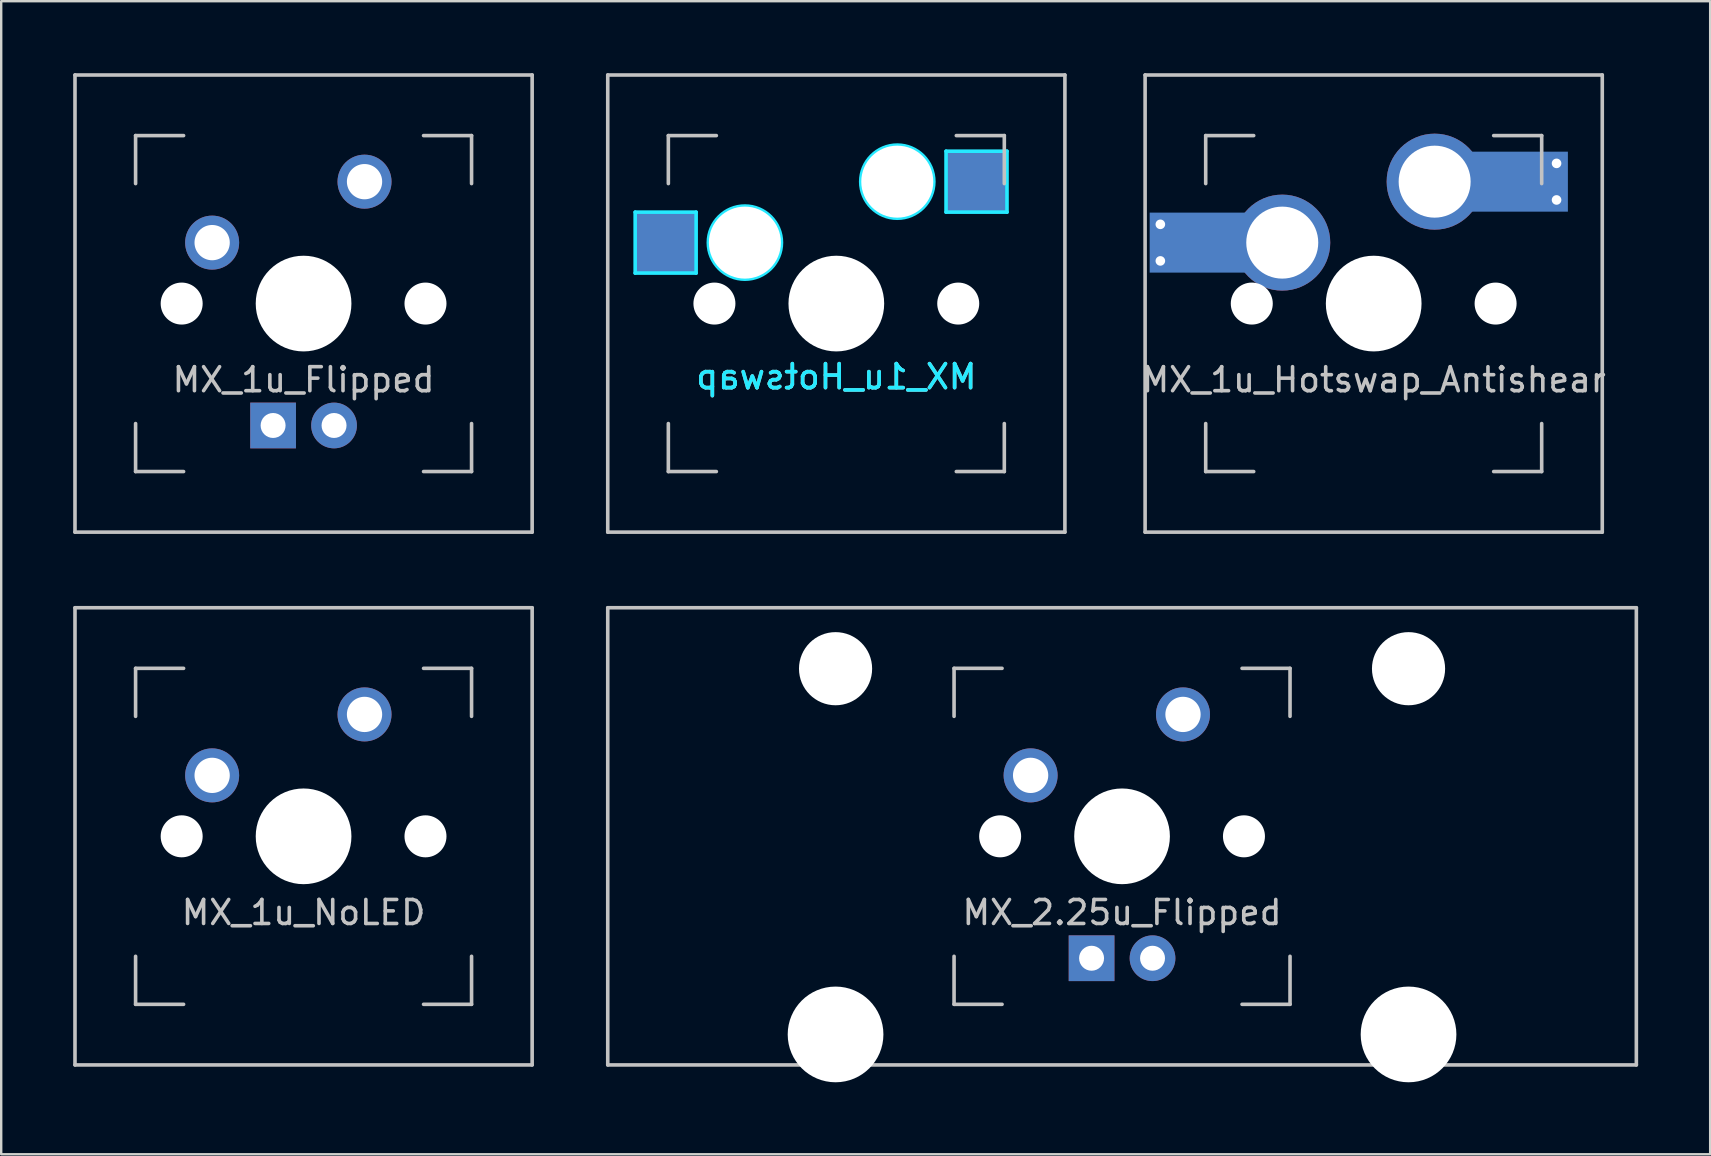
<source format=kicad_pcb>
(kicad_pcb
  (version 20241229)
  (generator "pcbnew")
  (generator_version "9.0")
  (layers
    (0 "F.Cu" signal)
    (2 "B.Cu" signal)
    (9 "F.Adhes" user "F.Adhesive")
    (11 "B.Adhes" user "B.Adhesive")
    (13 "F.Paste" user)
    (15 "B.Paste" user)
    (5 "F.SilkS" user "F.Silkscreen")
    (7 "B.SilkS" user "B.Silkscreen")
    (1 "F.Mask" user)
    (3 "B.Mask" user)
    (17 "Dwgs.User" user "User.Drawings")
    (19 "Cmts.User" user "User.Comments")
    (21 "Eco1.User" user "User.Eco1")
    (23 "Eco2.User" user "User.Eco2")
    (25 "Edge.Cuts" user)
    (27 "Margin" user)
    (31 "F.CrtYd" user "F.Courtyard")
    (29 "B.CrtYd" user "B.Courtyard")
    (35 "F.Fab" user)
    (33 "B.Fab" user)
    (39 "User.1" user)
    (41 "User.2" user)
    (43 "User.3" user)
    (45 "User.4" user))
  (footprint "MX_1u_NoLED"
    (layer "F.Cu")
    (at 9.6 31.8)
    (property "Reference" "MX_1u_NoLED" (at 0 3.175 0) (layer "Dwgs.User") (effects (font (size 1 1) (thickness 0.15))))
    (attr through_hole)
    (fp_line (start -9.525 -9.525) (end 9.525 -9.525) (stroke (width 0.15) (type solid)) (layer "Dwgs.User"))
    (fp_line (start -9.525 9.525) (end -9.525 -9.525) (stroke (width 0.15) (type solid)) (layer "Dwgs.User"))
    (fp_line (start -7 -7) (end -7 -5) (stroke (width 0.15) (type solid)) (layer "Dwgs.User"))
    (fp_line (start -7 5) (end -7 7) (stroke (width 0.15) (type solid)) (layer "Dwgs.User"))
    (fp_line (start -7 7) (end -5 7) (stroke (width 0.15) (type solid)) (layer "Dwgs.User"))
    (fp_line (start -5 -7) (end -7 -7) (stroke (width 0.15) (type solid)) (layer "Dwgs.User"))
    (fp_line (start 5 -7) (end 7 -7) (stroke (width 0.15) (type solid)) (layer "Dwgs.User"))
    (fp_line (start 5 7) (end 7 7) (stroke (width 0.15) (type solid)) (layer "Dwgs.User"))
    (fp_line (start 7 -7) (end 7 -5) (stroke (width 0.15) (type solid)) (layer "Dwgs.User"))
    (fp_line (start 7 7) (end 7 5) (stroke (width 0.15) (type solid)) (layer "Dwgs.User"))
    (fp_line (start 9.525 -9.525) (end 9.525 9.525) (stroke (width 0.15) (type solid)) (layer "Dwgs.User"))
    (fp_line (start 9.525 9.525) (end -9.525 9.525) (stroke (width 0.15) (type solid)) (layer "Dwgs.User"))
    (pad "" np_thru_hole circle (at -5.08 0 48.1) (size 1.75 1.75) (drill 1.75) (layers "*.Cu" "*.Mask"))
    (pad "" np_thru_hole circle (at 0 0) (size 3.988 3.988) (drill 3.988) (layers "*.Cu" "*.Mask"))
    (pad "" np_thru_hole circle (at 5.08 0 48.1) (size 1.75 1.75) (drill 1.75) (layers "*.Cu" "*.Mask"))
    (pad "1" thru_hole circle (at -3.81 -2.54) (size 2.25 2.25) (drill 1.47) (layers "*.Cu" "B.Mask"))
    (pad "2" thru_hole circle (at 2.54 -5.08) (size 2.25 2.25) (drill 1.47) (layers "*.Cu" "B.Mask")))
  (footprint "MX_1u_Hotswap"
    (layer "F.Cu")
    (at 31.8 9.6)
    (property "Reference" "MX_1u_Hotswap" (at 0 3.048 0) (layer "B.CrtYd") (effects (font (size 1 1) (thickness 0.15)) (justify mirror)))
    (attr smd)
    (fp_line (start -9.525 -9.525) (end 9.525 -9.525) (stroke (width 0.15) (type solid)) (layer "Dwgs.User"))
    (fp_line (start -9.525 9.525) (end -9.525 -9.525) (stroke (width 0.15) (type solid)) (layer "Dwgs.User"))
    (fp_line (start -7 -7) (end -7 -5) (stroke (width 0.15) (type solid)) (layer "Dwgs.User"))
    (fp_line (start -7 5) (end -7 7) (stroke (width 0.15) (type solid)) (layer "Dwgs.User"))
    (fp_line (start -7 7) (end -5 7) (stroke (width 0.15) (type solid)) (layer "Dwgs.User"))
    (fp_line (start -5 -7) (end -7 -7) (stroke (width 0.15) (type solid)) (layer "Dwgs.User"))
    (fp_line (start 5 -7) (end 7 -7) (stroke (width 0.15) (type solid)) (layer "Dwgs.User"))
    (fp_line (start 5 7) (end 7 7) (stroke (width 0.15) (type solid)) (layer "Dwgs.User"))
    (fp_line (start 7 -7) (end 7 -5) (stroke (width 0.15) (type solid)) (layer "Dwgs.User"))
    (fp_line (start 7 7) (end 7 5) (stroke (width 0.15) (type solid)) (layer "Dwgs.User"))
    (fp_line (start 9.525 -9.525) (end 9.525 9.525) (stroke (width 0.15) (type solid)) (layer "Dwgs.User"))
    (fp_line (start 9.525 9.525) (end -9.525 9.525) (stroke (width 0.15) (type solid)) (layer "Dwgs.User"))
    (fp_line (start -8.382 -3.81) (end -8.382 -1.27) (stroke (width 0.15) (type solid)) (layer "B.CrtYd"))
    (fp_line (start -8.382 -1.27) (end -5.842 -1.27) (stroke (width 0.15) (type solid)) (layer "B.CrtYd"))
    (fp_line (start -5.842 -3.81) (end -8.382 -3.81) (stroke (width 0.15) (type solid)) (layer "B.CrtYd"))
    (fp_line (start -5.842 -1.27) (end -5.842 -3.81) (stroke (width 0.15) (type solid)) (layer "B.CrtYd"))
    (fp_line (start 4.572 -6.35) (end 7.112 -6.35) (stroke (width 0.15) (type solid)) (layer "B.CrtYd"))
    (fp_line (start 4.572 -3.81) (end 4.572 -6.35) (stroke (width 0.15) (type solid)) (layer "B.CrtYd"))
    (fp_line (start 7.112 -6.35) (end 7.112 -3.81) (stroke (width 0.15) (type solid)) (layer "B.CrtYd"))
    (fp_line (start 7.112 -3.81) (end 4.572 -3.81) (stroke (width 0.15) (type solid)) (layer "B.CrtYd"))
    (fp_circle (center -3.81 -2.54) (end -3.81 -4.064) (stroke (width 0.15) (type solid)) (fill no) (layer "B.CrtYd"))
    (fp_circle (center 2.54 -5.08) (end 2.54 -6.604) (stroke (width 0.15) (type solid)) (fill no) (layer "B.CrtYd"))
    (fp_text user "${REFERENCE}" (at 0 3.048 0) (layer "B.SilkS") (effects (font (size 1 1) (thickness 0.15)) (justify mirror)))
    (pad "" np_thru_hole circle (at -5.08 0 48.1) (size 1.75 1.75) (drill 1.75) (layers "*.Cu" "*.Mask"))
    (pad "" np_thru_hole circle (at -3.81 -2.54) (size 3 3) (drill 3) (layers "*.Cu" "*.Mask"))
    (pad "" np_thru_hole circle (at 0 0) (size 3.988 3.988) (drill 3.988) (layers "*.Cu" "*.Mask"))
    (pad "" np_thru_hole circle (at 2.54 -5.08) (size 3 3) (drill 3) (layers "*.Cu" "*.Mask"))
    (pad "" np_thru_hole circle (at 5.08 0 48.1) (size 1.75 1.75) (drill 1.75) (layers "*.Cu" "*.Mask"))
    (pad "1" smd rect (at -7.085 -2.54) (size 2.55 2.5) (layers "B.Cu" "B.Mask" "B.Paste"))
    (pad "2" smd rect (at 5.842 -5.08) (size 2.55 2.5) (layers "B.Cu" "B.Mask" "B.Paste")))
  (footprint "MX_1u_Hotswap_Antishear"
    (layer "F.Cu")
    (at 54.192 9.6)
    (property "Reference" "MX_1u_Hotswap_Antishear" (at 0 3.175 0) (layer "Dwgs.User") (effects (font (size 1 1) (thickness 0.15))))
    (attr through_hole)
    (fp_line (start -9.525 -9.525) (end 9.525 -9.525) (stroke (width 0.15) (type solid)) (layer "Dwgs.User"))
    (fp_line (start -9.525 9.525) (end -9.525 -9.525) (stroke (width 0.15) (type solid)) (layer "Dwgs.User"))
    (fp_line (start -7 -7) (end -7 -5) (stroke (width 0.15) (type solid)) (layer "Dwgs.User"))
    (fp_line (start -7 5) (end -7 7) (stroke (width 0.15) (type solid)) (layer "Dwgs.User"))
    (fp_line (start -7 7) (end -5 7) (stroke (width 0.15) (type solid)) (layer "Dwgs.User"))
    (fp_line (start -5 -7) (end -7 -7) (stroke (width 0.15) (type solid)) (layer "Dwgs.User"))
    (fp_line (start 5 -7) (end 7 -7) (stroke (width 0.15) (type solid)) (layer "Dwgs.User"))
    (fp_line (start 5 7) (end 7 7) (stroke (width 0.15) (type solid)) (layer "Dwgs.User"))
    (fp_line (start 7 -7) (end 7 -5) (stroke (width 0.15) (type solid)) (layer "Dwgs.User"))
    (fp_line (start 7 7) (end 7 5) (stroke (width 0.15) (type solid)) (layer "Dwgs.User"))
    (fp_line (start 9.525 -9.525) (end 9.525 9.525) (stroke (width 0.15) (type solid)) (layer "Dwgs.User"))
    (fp_line (start 9.525 9.525) (end -9.525 9.525) (stroke (width 0.15) (type solid)) (layer "Dwgs.User"))
    (pad "" smd rect (at -7.085 -2.54) (size 2.55 2.5) (layers "B.Mask" "B.Paste"))
    (pad "" np_thru_hole circle (at -5.08 0 48.1) (size 1.75 1.75) (drill 1.75) (layers "*.Cu" "*.Mask"))
    (pad "" np_thru_hole circle (at 0 0) (size 3.988 3.988) (drill 3.988) (layers "*.Cu" "*.Mask"))
    (pad "" np_thru_hole circle (at 5.08 0 48.1) (size 1.75 1.75) (drill 1.75) (layers "*.Cu" "*.Mask"))
    (pad "" smd rect (at 5.815 -5.08) (size 2.55 2.5) (layers "B.Mask" "B.Paste"))
    (pad "1" thru_hole circle (at -8.89 -3.302) (size 0.8 0.8) (drill 0.4) (layers "*.Cu"))
    (pad "1" thru_hole circle (at -8.89 -1.778) (size 0.8 0.8) (drill 0.4) (layers "*.Cu"))
    (pad "1" smd rect (at -7.085 -2.54) (size 4.5 2.5) (layers "B.Cu"))
    (pad "1" thru_hole circle (at -3.81 -2.54) (size 4 4) (drill 3) (layers "*.Cu"))
    (pad "2" thru_hole circle (at 2.54 -5.08) (size 4 4) (drill 3) (layers "*.Cu"))
    (pad "2" smd rect (at 5.842 -5.08) (size 4.5 2.5) (layers "B.Cu"))
    (pad "2" thru_hole circle (at 7.62 -5.842) (size 0.8 0.8) (drill 0.4) (layers "*.Cu"))
    (pad "2" thru_hole circle (at 7.62 -4.318) (size 0.8 0.8) (drill 0.4) (layers "*.Cu")))
  (footprint "MX_2.25u_Flipped"
    (layer "F.Cu")
    (at 43.706 31.8)
    (property "Reference" "MX_2.25u_Flipped" (at 0 3.175 0) (layer "Dwgs.User") (effects (font (size 1 1) (thickness 0.15))))
    (attr through_hole)
    (fp_line (start -21.431 -9.525) (end 21.431 -9.525) (stroke (width 0.15) (type solid)) (layer "Dwgs.User"))
    (fp_line (start -21.431 9.525) (end -21.431 -9.525) (stroke (width 0.15) (type solid)) (layer "Dwgs.User"))
    (fp_line (start -21.431 9.525) (end 21.431 9.525) (stroke (width 0.15) (type solid)) (layer "Dwgs.User"))
    (fp_line (start -7 -7) (end -7 -5) (stroke (width 0.15) (type solid)) (layer "Dwgs.User"))
    (fp_line (start -7 5) (end -7 7) (stroke (width 0.15) (type solid)) (layer "Dwgs.User"))
    (fp_line (start -7 7) (end -5 7) (stroke (width 0.15) (type solid)) (layer "Dwgs.User"))
    (fp_line (start -5 -7) (end -7 -7) (stroke (width 0.15) (type solid)) (layer "Dwgs.User"))
    (fp_line (start 5 -7) (end 7 -7) (stroke (width 0.15) (type solid)) (layer "Dwgs.User"))
    (fp_line (start 5 7) (end 7 7) (stroke (width 0.15) (type solid)) (layer "Dwgs.User"))
    (fp_line (start 7 -7) (end 7 -5) (stroke (width 0.15) (type solid)) (layer "Dwgs.User"))
    (fp_line (start 7 7) (end 7 5) (stroke (width 0.15) (type solid)) (layer "Dwgs.User"))
    (fp_line (start 21.431 -9.525) (end 21.431 9.525) (stroke (width 0.15) (type solid)) (layer "Dwgs.User"))
    (pad "" np_thru_hole circle (at -11.938 -6.985) (size 3.048 3.048) (drill 3.048) (layers "*.Cu" "*.Mask"))
    (pad "" np_thru_hole circle (at -11.938 8.255) (size 3.988 3.988) (drill 3.988) (layers "*.Cu" "*.Mask"))
    (pad "" np_thru_hole circle (at -5.08 0 48.1) (size 1.75 1.75) (drill 1.75) (layers "*.Cu" "*.Mask"))
    (pad "" np_thru_hole circle (at 0 0) (size 3.988 3.988) (drill 3.988) (layers "*.Cu" "*.Mask"))
    (pad "" np_thru_hole circle (at 5.08 0 48.1) (size 1.75 1.75) (drill 1.75) (layers "*.Cu" "*.Mask"))
    (pad "" np_thru_hole circle (at 11.938 -6.985) (size 3.048 3.048) (drill 3.048) (layers "*.Cu" "*.Mask"))
    (pad "" np_thru_hole circle (at 11.938 8.255) (size 3.988 3.988) (drill 3.988) (layers "*.Cu" "*.Mask"))
    (pad "1" thru_hole circle (at -3.81 -2.54) (size 2.25 2.25) (drill 1.47) (layers "*.Cu" "B.Mask"))
    (pad "2" thru_hole circle (at 2.54 -5.08) (size 2.25 2.25) (drill 1.47) (layers "*.Cu" "B.Mask"))
    (pad "3" thru_hole circle (at 1.27 5.08) (size 1.905 1.905) (drill 1.04) (layers "*.Cu" "B.Mask"))
    (pad "4" thru_hole rect (at -1.27 5.08) (size 1.905 1.905) (drill 1.04) (layers "*.Cu" "B.Mask")))
  (footprint "MX_1u_Flipped"
    (layer "F.Cu")
    (at 9.6 9.6)
    (property "Reference" "MX_1u_Flipped" (at 0 3.175 0) (layer "Dwgs.User") (effects (font (size 1 1) (thickness 0.15))))
    (attr through_hole)
    (fp_line (start -9.525 -9.525) (end 9.525 -9.525) (stroke (width 0.15) (type solid)) (layer "Dwgs.User"))
    (fp_line (start -9.525 9.525) (end -9.525 -9.525) (stroke (width 0.15) (type solid)) (layer "Dwgs.User"))
    (fp_line (start -7 -7) (end -7 -5) (stroke (width 0.15) (type solid)) (layer "Dwgs.User"))
    (fp_line (start -7 5) (end -7 7) (stroke (width 0.15) (type solid)) (layer "Dwgs.User"))
    (fp_line (start -7 7) (end -5 7) (stroke (width 0.15) (type solid)) (layer "Dwgs.User"))
    (fp_line (start -5 -7) (end -7 -7) (stroke (width 0.15) (type solid)) (layer "Dwgs.User"))
    (fp_line (start 5 -7) (end 7 -7) (stroke (width 0.15) (type solid)) (layer "Dwgs.User"))
    (fp_line (start 5 7) (end 7 7) (stroke (width 0.15) (type solid)) (layer "Dwgs.User"))
    (fp_line (start 7 -7) (end 7 -5) (stroke (width 0.15) (type solid)) (layer "Dwgs.User"))
    (fp_line (start 7 7) (end 7 5) (stroke (width 0.15) (type solid)) (layer "Dwgs.User"))
    (fp_line (start 9.525 -9.525) (end 9.525 9.525) (stroke (width 0.15) (type solid)) (layer "Dwgs.User"))
    (fp_line (start 9.525 9.525) (end -9.525 9.525) (stroke (width 0.15) (type solid)) (layer "Dwgs.User"))
    (pad "" np_thru_hole circle (at -5.08 0 48.1) (size 1.75 1.75) (drill 1.75) (layers "*.Cu" "*.Mask"))
    (pad "" np_thru_hole circle (at 0 0) (size 3.988 3.988) (drill 3.988) (layers "*.Cu" "*.Mask"))
    (pad "" np_thru_hole circle (at 5.08 0 48.1) (size 1.75 1.75) (drill 1.75) (layers "*.Cu" "*.Mask"))
    (pad "1" thru_hole circle (at -3.81 -2.54) (size 2.25 2.25) (drill 1.47) (layers "*.Cu" "B.Mask"))
    (pad "2" thru_hole circle (at 2.54 -5.08) (size 2.25 2.25) (drill 1.47) (layers "*.Cu" "B.Mask"))
    (pad "3" thru_hole circle (at 1.27 5.08) (size 1.905 1.905) (drill 1.04) (layers "*.Cu" "B.Mask"))
    (pad "4" thru_hole rect (at -1.27 5.08) (size 1.905 1.905) (drill 1.04) (layers "*.Cu" "B.Mask")))
  (gr_rect
    (start -3 -3)
    (end 68.213 45.049)
    (stroke (width 0.1) (type default))
    (fill no)
    (layer "Edge.Cuts")))
</source>
